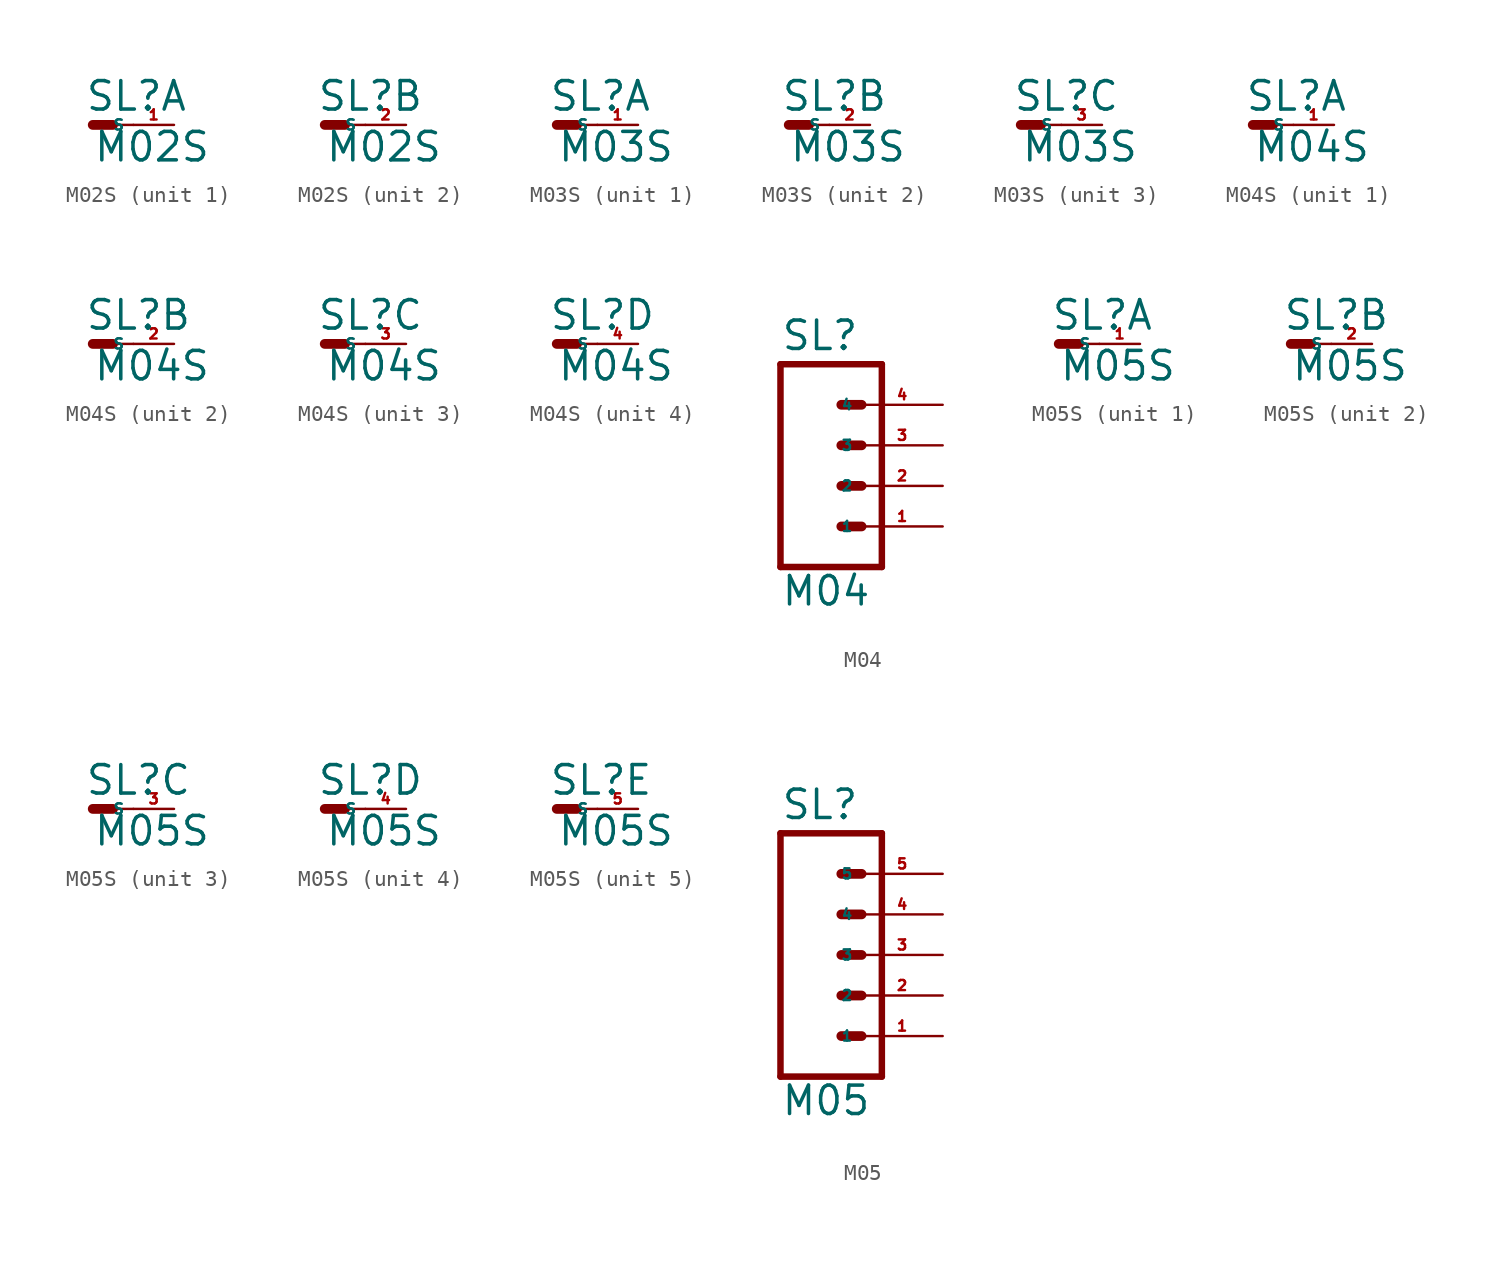
<source format=kicad_sym>
(kicad_symbol_lib
  (version 20220914)
  (generator Eagle2Kicad)
  (symbol "M02S"
    (property "Reference" "SL"
      (at -0.508 0.762 0)
      (effects (font (size 1.778 1.778) (thickness 0.22)) (justify left bottom)))
    (property "Value" "M02S"
      (at 0 -2.413 0)
      (effects (font (size 1.778 1.778) (thickness 0.22)) (justify left bottom)))
    (symbol "M02S_1_0"
      (polyline (pts (xy 0 0) (xy 1.27 0)) (stroke (width 0.61) (type default)) (fill (type none)))
      (polyline (pts (xy 1.27 0) (xy 2.54 0)) (stroke (width 0.152) (type default)) (fill (type none)))
      (pin passive line (at 5.08 0 180) (length 2.54) (name "S" (effects (font (size 0.635 0.635) (thickness 0.08)) (justify left bottom))) (number "1" (effects (font (size 0.635 0.635) (thickness 0.08)) (justify left bottom)))))
    (symbol "M02S_2_0"
      (polyline (pts (xy 0 0) (xy 1.27 0)) (stroke (width 0.61) (type default)) (fill (type none)))
      (polyline (pts (xy 1.27 0) (xy 2.54 0)) (stroke (width 0.152) (type default)) (fill (type none)))
      (pin passive line (at 5.08 0 180) (length 2.54) (name "S" (effects (font (size 0.635 0.635) (thickness 0.08)) (justify left bottom))) (number "2" (effects (font (size 0.635 0.635) (thickness 0.08)) (justify left bottom))))))
  (symbol "M03S"
    (property "Reference" "SL"
      (at -0.508 0.762 0)
      (effects (font (size 1.778 1.778) (thickness 0.22)) (justify left bottom)))
    (property "Value" "M03S"
      (at 0 -2.413 0)
      (effects (font (size 1.778 1.778) (thickness 0.22)) (justify left bottom)))
    (symbol "M03S_1_0"
      (polyline (pts (xy 0 0) (xy 1.27 0)) (stroke (width 0.61) (type default)) (fill (type none)))
      (polyline (pts (xy 1.27 0) (xy 2.54 0)) (stroke (width 0.152) (type default)) (fill (type none)))
      (pin passive line (at 5.08 0 180) (length 2.54) (name "S" (effects (font (size 0.635 0.635) (thickness 0.08)) (justify left bottom))) (number "1" (effects (font (size 0.635 0.635) (thickness 0.08)) (justify left bottom)))))
    (symbol "M03S_2_0"
      (polyline (pts (xy 0 0) (xy 1.27 0)) (stroke (width 0.61) (type default)) (fill (type none)))
      (polyline (pts (xy 1.27 0) (xy 2.54 0)) (stroke (width 0.152) (type default)) (fill (type none)))
      (pin passive line (at 5.08 0 180) (length 2.54) (name "S" (effects (font (size 0.635 0.635) (thickness 0.08)) (justify left bottom))) (number "2" (effects (font (size 0.635 0.635) (thickness 0.08)) (justify left bottom)))))
    (symbol "M03S_3_0"
      (polyline (pts (xy 0 0) (xy 1.27 0)) (stroke (width 0.61) (type default)) (fill (type none)))
      (polyline (pts (xy 1.27 0) (xy 2.54 0)) (stroke (width 0.152) (type default)) (fill (type none)))
      (pin passive line (at 5.08 0 180) (length 2.54) (name "S" (effects (font (size 0.635 0.635) (thickness 0.08)) (justify left bottom))) (number "3" (effects (font (size 0.635 0.635) (thickness 0.08)) (justify left bottom))))))
  (symbol "M04S"
    (property "Reference" "SL"
      (at -0.508 0.762 0)
      (effects (font (size 1.778 1.778) (thickness 0.22)) (justify left bottom)))
    (property "Value" "M04S"
      (at 0 -2.413 0)
      (effects (font (size 1.778 1.778) (thickness 0.22)) (justify left bottom)))
    (symbol "M04S_1_0"
      (polyline (pts (xy 0 0) (xy 1.27 0)) (stroke (width 0.61) (type default)) (fill (type none)))
      (polyline (pts (xy 1.27 0) (xy 2.54 0)) (stroke (width 0.152) (type default)) (fill (type none)))
      (pin passive line (at 5.08 0 180) (length 2.54) (name "S" (effects (font (size 0.635 0.635) (thickness 0.08)) (justify left bottom))) (number "1" (effects (font (size 0.635 0.635) (thickness 0.08)) (justify left bottom)))))
    (symbol "M04S_2_0"
      (polyline (pts (xy 0 0) (xy 1.27 0)) (stroke (width 0.61) (type default)) (fill (type none)))
      (polyline (pts (xy 1.27 0) (xy 2.54 0)) (stroke (width 0.152) (type default)) (fill (type none)))
      (pin passive line (at 5.08 0 180) (length 2.54) (name "S" (effects (font (size 0.635 0.635) (thickness 0.08)) (justify left bottom))) (number "2" (effects (font (size 0.635 0.635) (thickness 0.08)) (justify left bottom)))))
    (symbol "M04S_3_0"
      (polyline (pts (xy 0 0) (xy 1.27 0)) (stroke (width 0.61) (type default)) (fill (type none)))
      (polyline (pts (xy 1.27 0) (xy 2.54 0)) (stroke (width 0.152) (type default)) (fill (type none)))
      (pin passive line (at 5.08 0 180) (length 2.54) (name "S" (effects (font (size 0.635 0.635) (thickness 0.08)) (justify left bottom))) (number "3" (effects (font (size 0.635 0.635) (thickness 0.08)) (justify left bottom)))))
    (symbol "M04S_4_0"
      (polyline (pts (xy 0 0) (xy 1.27 0)) (stroke (width 0.61) (type default)) (fill (type none)))
      (polyline (pts (xy 1.27 0) (xy 2.54 0)) (stroke (width 0.152) (type default)) (fill (type none)))
      (pin passive line (at 5.08 0 180) (length 2.54) (name "S" (effects (font (size 0.635 0.635) (thickness 0.08)) (justify left bottom))) (number "4" (effects (font (size 0.635 0.635) (thickness 0.08)) (justify left bottom))))))
  (symbol "M04"
    (property "Reference" "SL"
      (at -5.08 8.382 0)
      (effects (font (size 1.778 1.778) (thickness 0.22)) (justify left bottom)))
    (property "Value" "M04"
      (at -5.08 -7.62 0)
      (effects (font (size 1.778 1.778) (thickness 0.22)) (justify left bottom)))
    (polyline
      (pts (xy 1.27 -5.08) (xy -5.08 -5.08))
      (stroke (width 0.406) (type default))
      (fill (type none)))
    (polyline
      (pts (xy -1.27 2.54) (xy 0 2.54))
      (stroke (width 0.61) (type default))
      (fill (type none)))
    (polyline
      (pts (xy -1.27 0) (xy 0 0))
      (stroke (width 0.61) (type default))
      (fill (type none)))
    (polyline
      (pts (xy -1.27 -2.54) (xy 0 -2.54))
      (stroke (width 0.61) (type default))
      (fill (type none)))
    (polyline
      (pts (xy -5.08 7.62) (xy -5.08 -5.08))
      (stroke (width 0.406) (type default))
      (fill (type none)))
    (polyline
      (pts (xy 1.27 -5.08) (xy 1.27 7.62))
      (stroke (width 0.406) (type default))
      (fill (type none)))
    (polyline
      (pts (xy -5.08 7.62) (xy 1.27 7.62))
      (stroke (width 0.406) (type default))
      (fill (type none)))
    (polyline
      (pts (xy -1.27 5.08) (xy 0 5.08))
      (stroke (width 0.61) (type default))
      (fill (type none)))
    (pin passive line
      (at 5.08 -2.54 180)
      (length 5.08)
      (name "1" (effects (font (size 0.635 0.635) (thickness 0.08)) (justify left bottom)))
      (number "1" (effects (font (size 0.635 0.635) (thickness 0.08)) (justify left bottom))))
    (pin passive line
      (at 5.08 0 180)
      (length 5.08)
      (name "2" (effects (font (size 0.635 0.635) (thickness 0.08)) (justify left bottom)))
      (number "2" (effects (font (size 0.635 0.635) (thickness 0.08)) (justify left bottom))))
    (pin passive line
      (at 5.08 2.54 180)
      (length 5.08)
      (name "3" (effects (font (size 0.635 0.635) (thickness 0.08)) (justify left bottom)))
      (number "3" (effects (font (size 0.635 0.635) (thickness 0.08)) (justify left bottom))))
    (pin passive line
      (at 5.08 5.08 180)
      (length 5.08)
      (name "4" (effects (font (size 0.635 0.635) (thickness 0.08)) (justify left bottom)))
      (number "4" (effects (font (size 0.635 0.635) (thickness 0.08)) (justify left bottom)))))
  (symbol "M05S"
    (property "Reference" "SL"
      (at -0.508 0.762 0)
      (effects (font (size 1.778 1.778) (thickness 0.22)) (justify left bottom)))
    (property "Value" "M05S"
      (at 0 -2.413 0)
      (effects (font (size 1.778 1.778) (thickness 0.22)) (justify left bottom)))
    (symbol "M05S_1_0"
      (polyline (pts (xy 0 0) (xy 1.27 0)) (stroke (width 0.61) (type default)) (fill (type none)))
      (polyline (pts (xy 1.27 0) (xy 2.54 0)) (stroke (width 0.152) (type default)) (fill (type none)))
      (pin passive line (at 5.08 0 180) (length 2.54) (name "S" (effects (font (size 0.635 0.635) (thickness 0.08)) (justify left bottom))) (number "1" (effects (font (size 0.635 0.635) (thickness 0.08)) (justify left bottom)))))
    (symbol "M05S_2_0"
      (polyline (pts (xy 0 0) (xy 1.27 0)) (stroke (width 0.61) (type default)) (fill (type none)))
      (polyline (pts (xy 1.27 0) (xy 2.54 0)) (stroke (width 0.152) (type default)) (fill (type none)))
      (pin passive line (at 5.08 0 180) (length 2.54) (name "S" (effects (font (size 0.635 0.635) (thickness 0.08)) (justify left bottom))) (number "2" (effects (font (size 0.635 0.635) (thickness 0.08)) (justify left bottom)))))
    (symbol "M05S_3_0"
      (polyline (pts (xy 0 0) (xy 1.27 0)) (stroke (width 0.61) (type default)) (fill (type none)))
      (polyline (pts (xy 1.27 0) (xy 2.54 0)) (stroke (width 0.152) (type default)) (fill (type none)))
      (pin passive line (at 5.08 0 180) (length 2.54) (name "S" (effects (font (size 0.635 0.635) (thickness 0.08)) (justify left bottom))) (number "3" (effects (font (size 0.635 0.635) (thickness 0.08)) (justify left bottom)))))
    (symbol "M05S_4_0"
      (polyline (pts (xy 0 0) (xy 1.27 0)) (stroke (width 0.61) (type default)) (fill (type none)))
      (polyline (pts (xy 1.27 0) (xy 2.54 0)) (stroke (width 0.152) (type default)) (fill (type none)))
      (pin passive line (at 5.08 0 180) (length 2.54) (name "S" (effects (font (size 0.635 0.635) (thickness 0.08)) (justify left bottom))) (number "4" (effects (font (size 0.635 0.635) (thickness 0.08)) (justify left bottom)))))
    (symbol "M05S_5_0"
      (polyline (pts (xy 0 0) (xy 1.27 0)) (stroke (width 0.61) (type default)) (fill (type none)))
      (polyline (pts (xy 1.27 0) (xy 2.54 0)) (stroke (width 0.152) (type default)) (fill (type none)))
      (pin passive line (at 5.08 0 180) (length 2.54) (name "S" (effects (font (size 0.635 0.635) (thickness 0.08)) (justify left bottom))) (number "5" (effects (font (size 0.635 0.635) (thickness 0.08)) (justify left bottom))))))
  (symbol "M05"
    (property "Reference" "SL"
      (at -2.54 8.382 0)
      (effects (font (size 1.778 1.778) (thickness 0.22)) (justify left bottom)))
    (property "Value" "M05"
      (at -2.54 -10.16 0)
      (effects (font (size 1.778 1.778) (thickness 0.22)) (justify left bottom)))
    (polyline
      (pts (xy 3.81 -7.62) (xy -2.54 -7.62))
      (stroke (width 0.406) (type default))
      (fill (type none)))
    (polyline
      (pts (xy 1.27 0) (xy 2.54 0))
      (stroke (width 0.61) (type default))
      (fill (type none)))
    (polyline
      (pts (xy 1.27 -2.54) (xy 2.54 -2.54))
      (stroke (width 0.61) (type default))
      (fill (type none)))
    (polyline
      (pts (xy 1.27 -5.08) (xy 2.54 -5.08))
      (stroke (width 0.61) (type default))
      (fill (type none)))
    (polyline
      (pts (xy -2.54 7.62) (xy -2.54 -7.62))
      (stroke (width 0.406) (type default))
      (fill (type none)))
    (polyline
      (pts (xy 3.81 -7.62) (xy 3.81 7.62))
      (stroke (width 0.406) (type default))
      (fill (type none)))
    (polyline
      (pts (xy -2.54 7.62) (xy 3.81 7.62))
      (stroke (width 0.406) (type default))
      (fill (type none)))
    (polyline
      (pts (xy 1.27 5.08) (xy 2.54 5.08))
      (stroke (width 0.61) (type default))
      (fill (type none)))
    (polyline
      (pts (xy 1.27 2.54) (xy 2.54 2.54))
      (stroke (width 0.61) (type default))
      (fill (type none)))
    (pin passive line
      (at 7.62 -5.08 180)
      (length 5.08)
      (name "1" (effects (font (size 0.635 0.635) (thickness 0.08)) (justify left bottom)))
      (number "1" (effects (font (size 0.635 0.635) (thickness 0.08)) (justify left bottom))))
    (pin passive line
      (at 7.62 -2.54 180)
      (length 5.08)
      (name "2" (effects (font (size 0.635 0.635) (thickness 0.08)) (justify left bottom)))
      (number "2" (effects (font (size 0.635 0.635) (thickness 0.08)) (justify left bottom))))
    (pin passive line
      (at 7.62 0 180)
      (length 5.08)
      (name "3" (effects (font (size 0.635 0.635) (thickness 0.08)) (justify left bottom)))
      (number "3" (effects (font (size 0.635 0.635) (thickness 0.08)) (justify left bottom))))
    (pin passive line
      (at 7.62 2.54 180)
      (length 5.08)
      (name "4" (effects (font (size 0.635 0.635) (thickness 0.08)) (justify left bottom)))
      (number "4" (effects (font (size 0.635 0.635) (thickness 0.08)) (justify left bottom))))
    (pin passive line
      (at 7.62 5.08 180)
      (length 5.08)
      (name "5" (effects (font (size 0.635 0.635) (thickness 0.08)) (justify left bottom)))
      (number "5" (effects (font (size 0.635 0.635) (thickness 0.08)) (justify left bottom))))))
</source>
